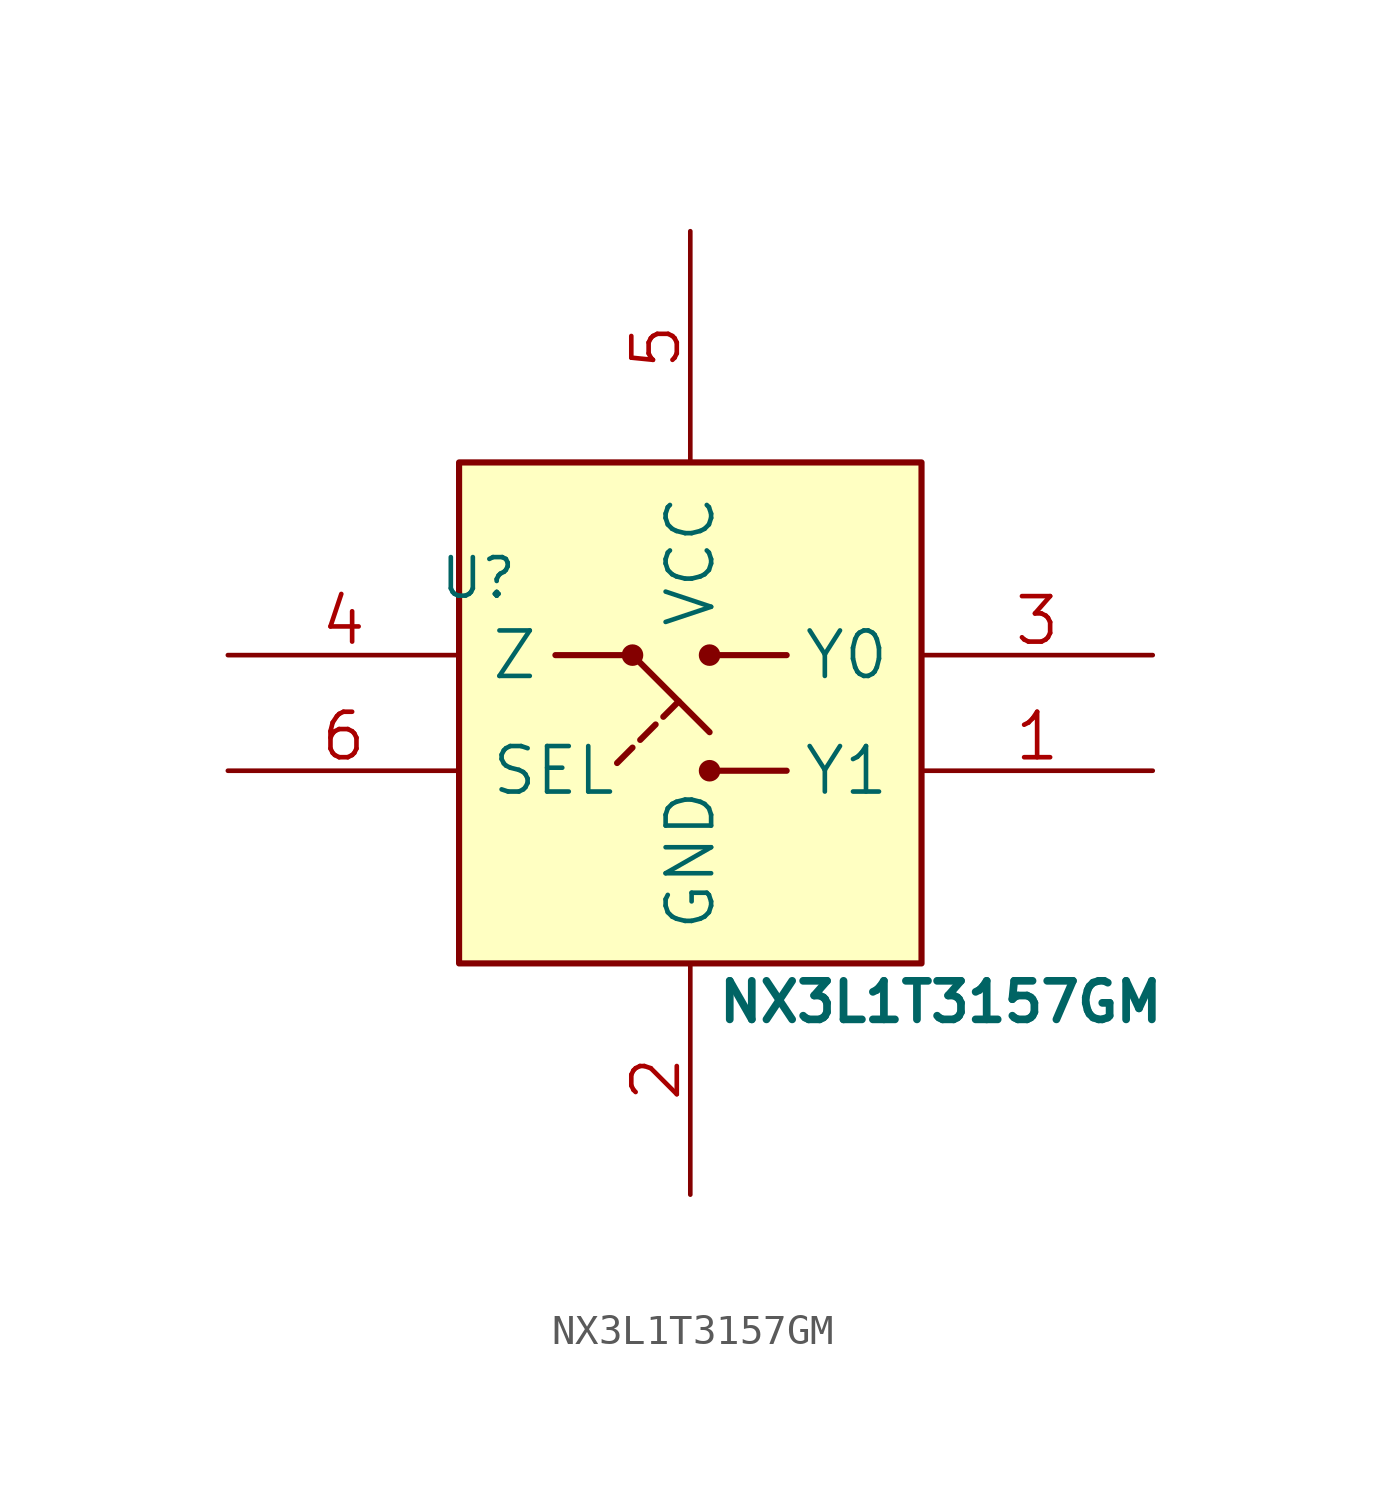
<source format=kicad_sym>
(kicad_symbol_lib
  (version 20211014)
  (generator kicad_symbol_editor)
  (symbol "NX3L1T3157GM"
    (pin_names
      (offset 1.016))
    (property "Reference" "U"
      (at 0.635 2.54 0)
      (effects (font (size 1.27 1.27))))
    (property "Value" "NX3L1T3157GM"
      (at 15.875 -11.43 0)
      (effects (font (size 1.27 1.27) bold)))
    (symbol "NX3L1T3157GM_0_1"
      (polyline (pts (xy 3.175 0) (xy 5.715 0)) (stroke (width 0.203) (type default) (color 0 0 0 0)) (fill (type none)))
      (polyline (pts (xy 5.715 -3.048) (xy 5.207 -3.556)) (stroke (width 0.203) (type default) (color 0 0 0 0)) (fill (type none)))
      (polyline (pts (xy 5.715 0) (xy 8.255 -2.54)) (stroke (width 0.203) (type default) (color 0 0 0 0)) (fill (type none)))
      (polyline (pts (xy 6.477 -2.286) (xy 5.969 -2.794)) (stroke (width 0.203) (type default) (color 0 0 0 0)) (fill (type none)))
      (polyline (pts (xy 7.239 -1.524) (xy 6.731 -2.032)) (stroke (width 0.203) (type default) (color 0 0 0 0)) (fill (type none)))
      (polyline (pts (xy 10.795 -3.81) (xy 8.255 -3.81)) (stroke (width 0.203) (type default) (color 0 0 0 0)) (fill (type none)))
      (polyline (pts (xy 10.795 0) (xy 8.255 0)) (stroke (width 0.203) (type default) (color 0 0 0 0)) (fill (type none)))
      (rectangle (start 0 6.35) (end 15.24 -10.16) (stroke (width 0.203) (type default) (color 0 0 0 0)) (fill (type background)))
      (circle (center 5.715 0) (radius 0.254) (stroke (width 0.203) (type default) (color 0 0 0 0)) (fill (type outline)))
      (circle (center 8.255 -3.81) (radius 0.254) (stroke (width 0.203) (type default) (color 0 0 0 0)) (fill (type outline)))
      (circle (center 8.255 0) (radius 0.254) (stroke (width 0.203) (type default) (color 0 0 0 0)) (fill (type outline))))
    (symbol "NX3L1T3157GM_1_1"
      (pin bidirectional line (at 22.86 -3.81 180) (length 7.62) (name "Y1" (effects (font (size 1.499 1.499)))) (number "1" (effects (font (size 1.499 1.499)))))
      (pin passive line (at 7.62 -17.78 90) (length 7.62) (name "GND" (effects (font (size 1.499 1.499)))) (number "2" (effects (font (size 1.499 1.499)))))
      (pin bidirectional line (at 22.86 0 180) (length 7.62) (name "Y0" (effects (font (size 1.499 1.499)))) (number "3" (effects (font (size 1.499 1.499)))))
      (pin bidirectional line (at -7.62 0 0) (length 7.62) (name "Z" (effects (font (size 1.499 1.499)))) (number "4" (effects (font (size 1.499 1.499)))))
      (pin power_in line (at 7.62 13.97 270) (length 7.62) (name "VCC" (effects (font (size 1.499 1.499)))) (number "5" (effects (font (size 1.499 1.499)))))
      (pin input line (at -7.62 -3.81 0) (length 7.62) (name "SEL" (effects (font (size 1.499 1.499)))) (number "6" (effects (font (size 1.499 1.499))))))))
</source>
